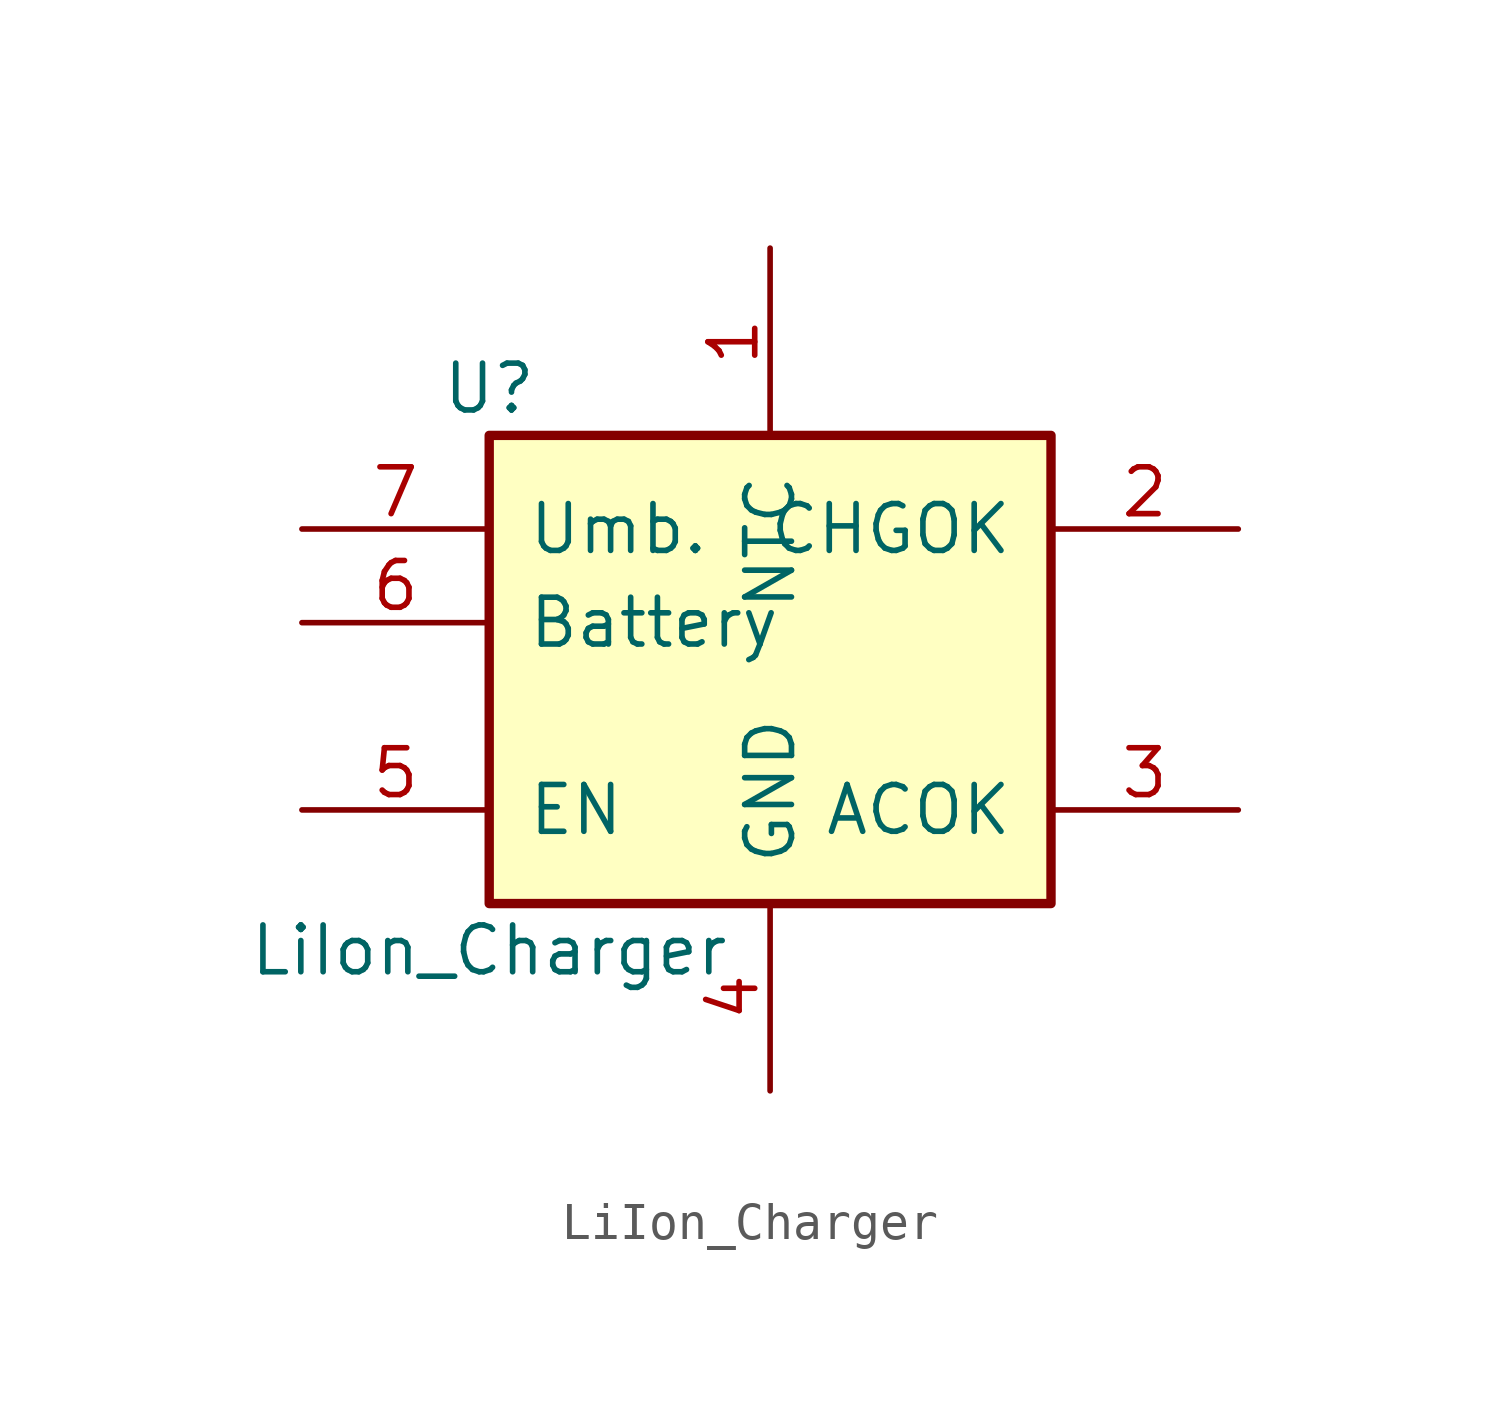
<source format=kicad_sym>
(kicad_symbol_lib
  (version 20211014)
  (generator kicad_symbol_editor)
  (symbol "LiIon_Charger"
    (pin_names
      (offset 1.016))
    (property "Reference" "U"
      (at -7.62 6.35 0)
      (effects (font (size 1.27 1.27))))
    (property "Value" "LiIon_Charger"
      (at -7.62 -8.89 0)
      (effects (font (size 1.27 1.27))))
    (property "ki_locked" ""
      (at 0 0 0)
      (effects (font (size 1.27 1.27))))
    (symbol "LiIon_Charger_1_0"
      (pin passive line (at 0 10.16 270) (length 5.08) (name "NTC" (effects (font (size 1.27 1.27)))) (number "1" (effects (font (size 1.27 1.27)))))
      (pin passive line (at 12.7 2.54 180) (length 5.08) (name "CHGOK" (effects (font (size 1.27 1.27)))) (number "2" (effects (font (size 1.27 1.27)))))
      (pin passive line (at 12.7 -5.08 180) (length 5.08) (name "ACOK" (effects (font (size 1.27 1.27)))) (number "3" (effects (font (size 1.27 1.27)))))
      (pin passive line (at 0 -12.7 90) (length 5.08) (name "GND" (effects (font (size 1.27 1.27)))) (number "4" (effects (font (size 1.27 1.27)))))
      (pin passive line (at -12.7 -5.08 0) (length 5.08) (name "EN" (effects (font (size 1.27 1.27)))) (number "5" (effects (font (size 1.27 1.27)))))
      (pin output line (at -12.7 0 0) (length 5.08) (name "Battery" (effects (font (size 1.27 1.27)))) (number "6" (effects (font (size 1.27 1.27)))))
      (pin input line (at -12.7 2.54 0) (length 5.08) (name "Umb." (effects (font (size 1.27 1.27)))) (number "7" (effects (font (size 1.27 1.27))))))
    (symbol "LiIon_Charger_1_1"
      (rectangle (start -7.62 5.08) (end 7.62 -7.62) (stroke (width 0.254) (type default) (color 0 0 0 0)) (fill (type background))))))
</source>
